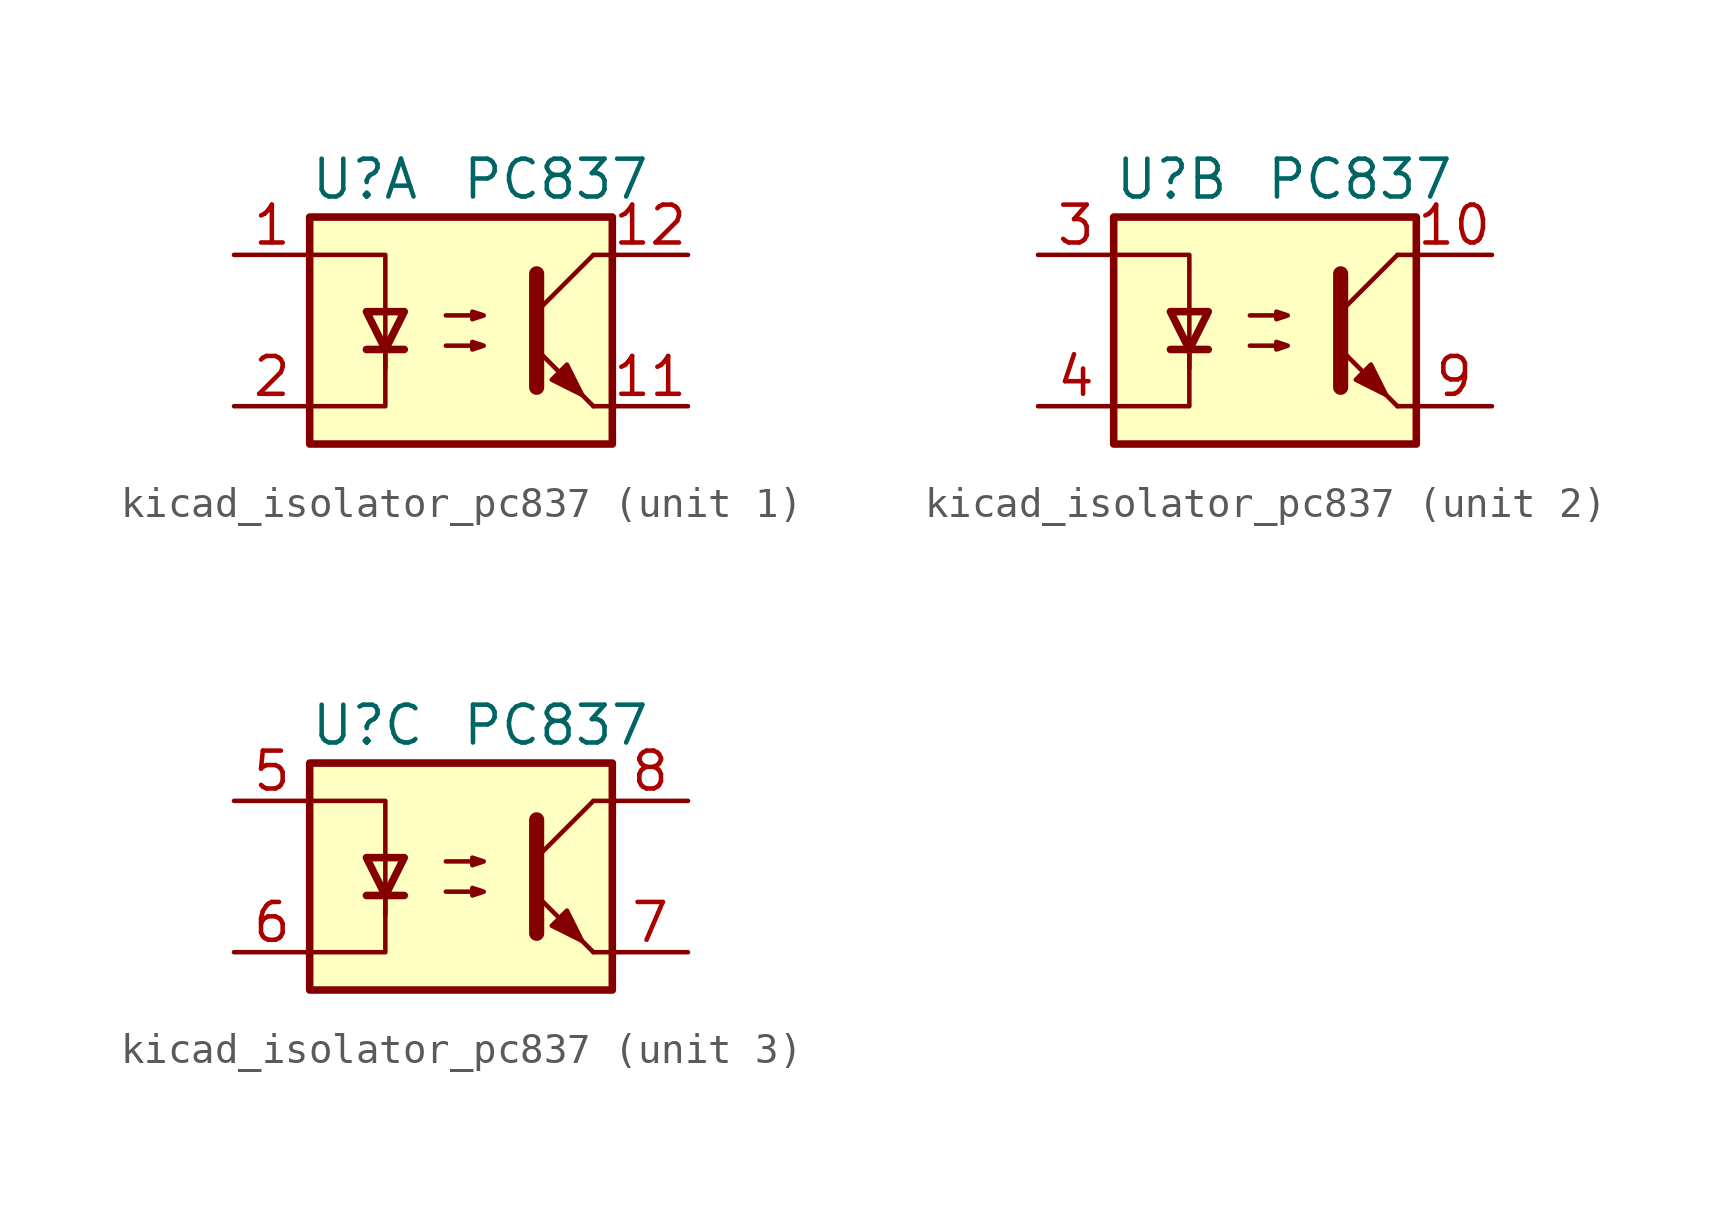
<source format=kicad_sym>
(kicad_symbol_lib
  (version 20220914)
  (generator kicad_symbol_editor)
  (symbol "kicad_isolator_pc837"
    (pin_names
      (offset 1.016))
    (property "Reference" "U"
      (at -5.08 5.08 0)
      (effects (font (size 1.27 1.27)) (justify left)))
    (property "Value" "PC837"
      (at 0 5.08 0)
      (effects (font (size 1.27 1.27)) (justify left)))
    (symbol "kicad_isolator_pc837_0_1"
      (rectangle (start -5.08 3.81) (end 5.08 -3.81) (stroke (width 0.254) (type default)) (fill (type background)))
      (polyline (pts (xy -3.175 -0.635) (xy -1.905 -0.635)) (stroke (width 0.254) (type default)) (fill (type none)))
      (polyline (pts (xy 2.54 0.635) (xy 4.445 2.54)) (stroke (width 0) (type default)) (fill (type none)))
      (polyline (pts (xy 4.445 -2.54) (xy 2.54 -0.635)) (stroke (width 0) (type default)) (fill (type outline)))
      (polyline (pts (xy 4.445 -2.54) (xy 5.08 -2.54)) (stroke (width 0) (type default)) (fill (type none)))
      (polyline (pts (xy 4.445 2.54) (xy 5.08 2.54)) (stroke (width 0) (type default)) (fill (type none)))
      (polyline (pts (xy -2.54 -0.635) (xy -2.54 -2.54) (xy -5.08 -2.54)) (stroke (width 0) (type default)) (fill (type none)))
      (polyline (pts (xy 2.54 1.905) (xy 2.54 -1.905) (xy 2.54 -1.905)) (stroke (width 0.508) (type default)) (fill (type none)))
      (polyline (pts (xy -5.08 2.54) (xy -2.54 2.54) (xy -2.54 -1.27) (xy -2.54 0.635)) (stroke (width 0) (type default)) (fill (type none)))
      (polyline (pts (xy -2.54 -0.635) (xy -3.175 0.635) (xy -1.905 0.635) (xy -2.54 -0.635)) (stroke (width 0.254) (type default)) (fill (type none)))
      (polyline (pts (xy -0.508 -0.508) (xy 0.762 -0.508) (xy 0.381 -0.635) (xy 0.381 -0.381) (xy 0.762 -0.508)) (stroke (width 0) (type default)) (fill (type none)))
      (polyline (pts (xy -0.508 0.508) (xy 0.762 0.508) (xy 0.381 0.381) (xy 0.381 0.635) (xy 0.762 0.508)) (stroke (width 0) (type default)) (fill (type none)))
      (polyline (pts (xy 3.048 -1.651) (xy 3.556 -1.143) (xy 4.064 -2.159) (xy 3.048 -1.651) (xy 3.048 -1.651)) (stroke (width 0) (type default)) (fill (type outline))))
    (symbol "kicad_isolator_pc837_1_1"
      (pin passive line (at -7.62 2.54 0) (length 2.54) (name "~" (effects (font (size 1.27 1.27)))) (number "1" (effects (font (size 1.27 1.27)))))
      (pin passive line (at 7.62 -2.54 180) (length 2.54) (name "~" (effects (font (size 1.27 1.27)))) (number "11" (effects (font (size 1.27 1.27)))))
      (pin passive line (at 7.62 2.54 180) (length 2.54) (name "~" (effects (font (size 1.27 1.27)))) (number "12" (effects (font (size 1.27 1.27)))))
      (pin passive line (at -7.62 -2.54 0) (length 2.54) (name "~" (effects (font (size 1.27 1.27)))) (number "2" (effects (font (size 1.27 1.27))))))
    (symbol "kicad_isolator_pc837_2_1"
      (pin passive line (at 7.62 2.54 180) (length 2.54) (name "~" (effects (font (size 1.27 1.27)))) (number "10" (effects (font (size 1.27 1.27)))))
      (pin passive line (at -7.62 2.54 0) (length 2.54) (name "~" (effects (font (size 1.27 1.27)))) (number "3" (effects (font (size 1.27 1.27)))))
      (pin passive line (at -7.62 -2.54 0) (length 2.54) (name "~" (effects (font (size 1.27 1.27)))) (number "4" (effects (font (size 1.27 1.27)))))
      (pin passive line (at 7.62 -2.54 180) (length 2.54) (name "~" (effects (font (size 1.27 1.27)))) (number "9" (effects (font (size 1.27 1.27))))))
    (symbol "kicad_isolator_pc837_3_1"
      (pin passive line (at -7.62 2.54 0) (length 2.54) (name "~" (effects (font (size 1.27 1.27)))) (number "5" (effects (font (size 1.27 1.27)))))
      (pin passive line (at -7.62 -2.54 0) (length 2.54) (name "~" (effects (font (size 1.27 1.27)))) (number "6" (effects (font (size 1.27 1.27)))))
      (pin passive line (at 7.62 -2.54 180) (length 2.54) (name "~" (effects (font (size 1.27 1.27)))) (number "7" (effects (font (size 1.27 1.27)))))
      (pin passive line (at 7.62 2.54 180) (length 2.54) (name "~" (effects (font (size 1.27 1.27)))) (number "8" (effects (font (size 1.27 1.27))))))))
</source>
